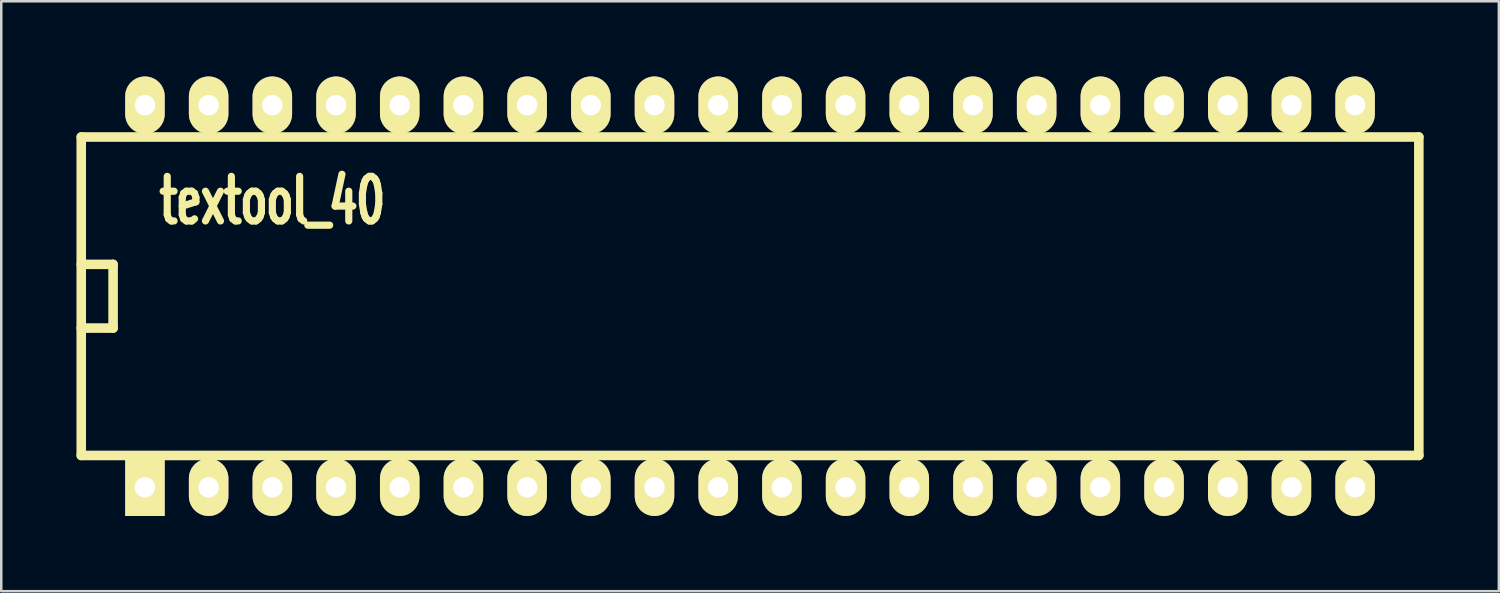
<source format=kicad_pcb>
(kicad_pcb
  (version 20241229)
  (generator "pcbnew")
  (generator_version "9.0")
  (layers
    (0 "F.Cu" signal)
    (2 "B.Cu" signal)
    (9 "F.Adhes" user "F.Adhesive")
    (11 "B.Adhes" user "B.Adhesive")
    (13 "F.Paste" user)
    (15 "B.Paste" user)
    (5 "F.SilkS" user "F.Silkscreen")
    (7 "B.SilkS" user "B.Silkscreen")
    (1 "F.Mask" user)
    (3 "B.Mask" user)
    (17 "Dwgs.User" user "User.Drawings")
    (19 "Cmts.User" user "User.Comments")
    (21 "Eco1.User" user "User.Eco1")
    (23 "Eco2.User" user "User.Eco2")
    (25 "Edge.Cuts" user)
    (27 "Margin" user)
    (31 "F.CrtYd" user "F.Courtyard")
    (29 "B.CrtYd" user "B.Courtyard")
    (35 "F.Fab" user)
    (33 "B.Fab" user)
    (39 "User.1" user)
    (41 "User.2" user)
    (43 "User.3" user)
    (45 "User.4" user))
  (footprint "textool_40"
    (layer "F.Cu")
    (at 26.86 8.763)
    (property "Reference" "textool_40" (at -19.05 -3.81 0) (layer "F.SilkS") (effects (font (size 1.778 1.143) (thickness 0.305))))
    (attr through_hole)
    (fp_line (start -26.67 -6.35) (end 26.67 -6.35) (stroke (width 0.381) (type solid)) (layer "F.SilkS"))
    (fp_line (start -26.67 -1.27) (end -25.4 -1.27) (stroke (width 0.381) (type solid)) (layer "F.SilkS"))
    (fp_line (start -26.67 6.35) (end -26.67 -6.35) (stroke (width 0.381) (type solid)) (layer "F.SilkS"))
    (fp_line (start -25.4 -1.27) (end -25.4 1.27) (stroke (width 0.381) (type solid)) (layer "F.SilkS"))
    (fp_line (start -25.4 1.27) (end -26.67 1.27) (stroke (width 0.381) (type solid)) (layer "F.SilkS"))
    (fp_line (start 26.67 -6.35) (end 26.67 6.35) (stroke (width 0.381) (type solid)) (layer "F.SilkS"))
    (fp_line (start 26.67 6.35) (end -26.67 6.35) (stroke (width 0.381) (type solid)) (layer "F.SilkS"))
    (pad "1" thru_hole rect (at -24.13 7.62) (size 1.575 2.286) (drill 0.813) (layers "*.Cu" "*.Mask" "F.SilkS"))
    (pad "2" thru_hole oval (at -21.59 7.62) (size 1.575 2.286) (drill 0.813) (layers "*.Cu" "*.Mask" "F.SilkS"))
    (pad "3" thru_hole oval (at -19.05 7.62) (size 1.575 2.286) (drill 0.813) (layers "*.Cu" "*.Mask" "F.SilkS"))
    (pad "4" thru_hole oval (at -16.51 7.62) (size 1.575 2.286) (drill 0.813) (layers "*.Cu" "*.Mask" "F.SilkS"))
    (pad "5" thru_hole oval (at -13.97 7.62) (size 1.575 2.286) (drill 0.813) (layers "*.Cu" "*.Mask" "F.SilkS"))
    (pad "6" thru_hole oval (at -11.43 7.62) (size 1.575 2.286) (drill 0.813) (layers "*.Cu" "*.Mask" "F.SilkS"))
    (pad "7" thru_hole oval (at -8.89 7.62) (size 1.575 2.286) (drill 0.813) (layers "*.Cu" "*.Mask" "F.SilkS"))
    (pad "8" thru_hole oval (at -6.35 7.62) (size 1.575 2.286) (drill 0.813) (layers "*.Cu" "*.Mask" "F.SilkS"))
    (pad "9" thru_hole oval (at -3.81 7.62) (size 1.575 2.286) (drill 0.813) (layers "*.Cu" "*.Mask" "F.SilkS"))
    (pad "10" thru_hole oval (at -1.27 7.62) (size 1.575 2.286) (drill 0.813) (layers "*.Cu" "*.Mask" "F.SilkS"))
    (pad "11" thru_hole oval (at 1.27 7.62) (size 1.575 2.286) (drill 0.813) (layers "*.Cu" "*.Mask" "F.SilkS"))
    (pad "12" thru_hole oval (at 3.81 7.62) (size 1.575 2.286) (drill 0.813) (layers "*.Cu" "*.Mask" "F.SilkS"))
    (pad "13" thru_hole oval (at 6.35 7.62) (size 1.575 2.286) (drill 0.813) (layers "*.Cu" "*.Mask" "F.SilkS"))
    (pad "14" thru_hole oval (at 8.89 7.62) (size 1.575 2.286) (drill 0.813) (layers "*.Cu" "*.Mask" "F.SilkS"))
    (pad "15" thru_hole oval (at 11.43 7.62) (size 1.575 2.286) (drill 0.813) (layers "*.Cu" "*.Mask" "F.SilkS"))
    (pad "16" thru_hole oval (at 13.97 7.62) (size 1.575 2.286) (drill 0.813) (layers "*.Cu" "*.Mask" "F.SilkS"))
    (pad "17" thru_hole oval (at 16.51 7.62) (size 1.575 2.286) (drill 0.813) (layers "*.Cu" "*.Mask" "F.SilkS"))
    (pad "18" thru_hole oval (at 19.05 7.62) (size 1.575 2.286) (drill 0.813) (layers "*.Cu" "*.Mask" "F.SilkS"))
    (pad "19" thru_hole oval (at 21.59 7.62) (size 1.575 2.286) (drill 0.813) (layers "*.Cu" "*.Mask" "F.SilkS"))
    (pad "20" thru_hole oval (at 24.13 7.62) (size 1.575 2.286) (drill 0.813) (layers "*.Cu" "*.Mask" "F.SilkS"))
    (pad "21" thru_hole oval (at 24.13 -7.62) (size 1.575 2.286) (drill 0.813) (layers "*.Cu" "*.Mask" "F.SilkS"))
    (pad "22" thru_hole oval (at 21.59 -7.62) (size 1.575 2.286) (drill 0.813) (layers "*.Cu" "*.Mask" "F.SilkS"))
    (pad "23" thru_hole oval (at 19.05 -7.62) (size 1.575 2.286) (drill 0.813) (layers "*.Cu" "*.Mask" "F.SilkS"))
    (pad "24" thru_hole oval (at 16.51 -7.62) (size 1.575 2.286) (drill 0.813) (layers "*.Cu" "*.Mask" "F.SilkS"))
    (pad "25" thru_hole oval (at 13.97 -7.62) (size 1.575 2.286) (drill 0.813) (layers "*.Cu" "*.Mask" "F.SilkS"))
    (pad "26" thru_hole oval (at 11.43 -7.62) (size 1.575 2.286) (drill 0.813) (layers "*.Cu" "*.Mask" "F.SilkS"))
    (pad "27" thru_hole oval (at 8.89 -7.62) (size 1.575 2.286) (drill 0.813) (layers "*.Cu" "*.Mask" "F.SilkS"))
    (pad "28" thru_hole oval (at 6.35 -7.62) (size 1.575 2.286) (drill 0.813) (layers "*.Cu" "*.Mask" "F.SilkS"))
    (pad "29" thru_hole oval (at 3.81 -7.62) (size 1.575 2.286) (drill 0.813) (layers "*.Cu" "*.Mask" "F.SilkS"))
    (pad "30" thru_hole oval (at 1.27 -7.62) (size 1.575 2.286) (drill 0.813) (layers "*.Cu" "*.Mask" "F.SilkS"))
    (pad "31" thru_hole oval (at -1.27 -7.62) (size 1.575 2.286) (drill 0.813) (layers "*.Cu" "*.Mask" "F.SilkS"))
    (pad "32" thru_hole oval (at -3.81 -7.62) (size 1.575 2.286) (drill 0.813) (layers "*.Cu" "*.Mask" "F.SilkS"))
    (pad "33" thru_hole oval (at -6.35 -7.62) (size 1.575 2.286) (drill 0.813) (layers "*.Cu" "*.Mask" "F.SilkS"))
    (pad "34" thru_hole oval (at -8.89 -7.62) (size 1.575 2.286) (drill 0.813) (layers "*.Cu" "*.Mask" "F.SilkS"))
    (pad "35" thru_hole oval (at -11.43 -7.62) (size 1.575 2.286) (drill 0.813) (layers "*.Cu" "*.Mask" "F.SilkS"))
    (pad "36" thru_hole oval (at -13.97 -7.62) (size 1.575 2.286) (drill 0.813) (layers "*.Cu" "*.Mask" "F.SilkS"))
    (pad "37" thru_hole oval (at -16.51 -7.62) (size 1.575 2.286) (drill 0.813) (layers "*.Cu" "*.Mask" "F.SilkS"))
    (pad "38" thru_hole oval (at -19.05 -7.62) (size 1.575 2.286) (drill 0.813) (layers "*.Cu" "*.Mask" "F.SilkS"))
    (pad "39" thru_hole oval (at -21.59 -7.62) (size 1.575 2.286) (drill 0.813) (layers "*.Cu" "*.Mask" "F.SilkS"))
    (pad "40" thru_hole oval (at -24.13 -7.62) (size 1.575 2.286) (drill 0.813) (layers "*.Cu" "*.Mask" "F.SilkS")))
  (gr_rect
    (start -3 -3)
    (end 56.721 20.526)
    (stroke (width 0.1) (type default))
    (fill no)
    (layer "Edge.Cuts")))
</source>
